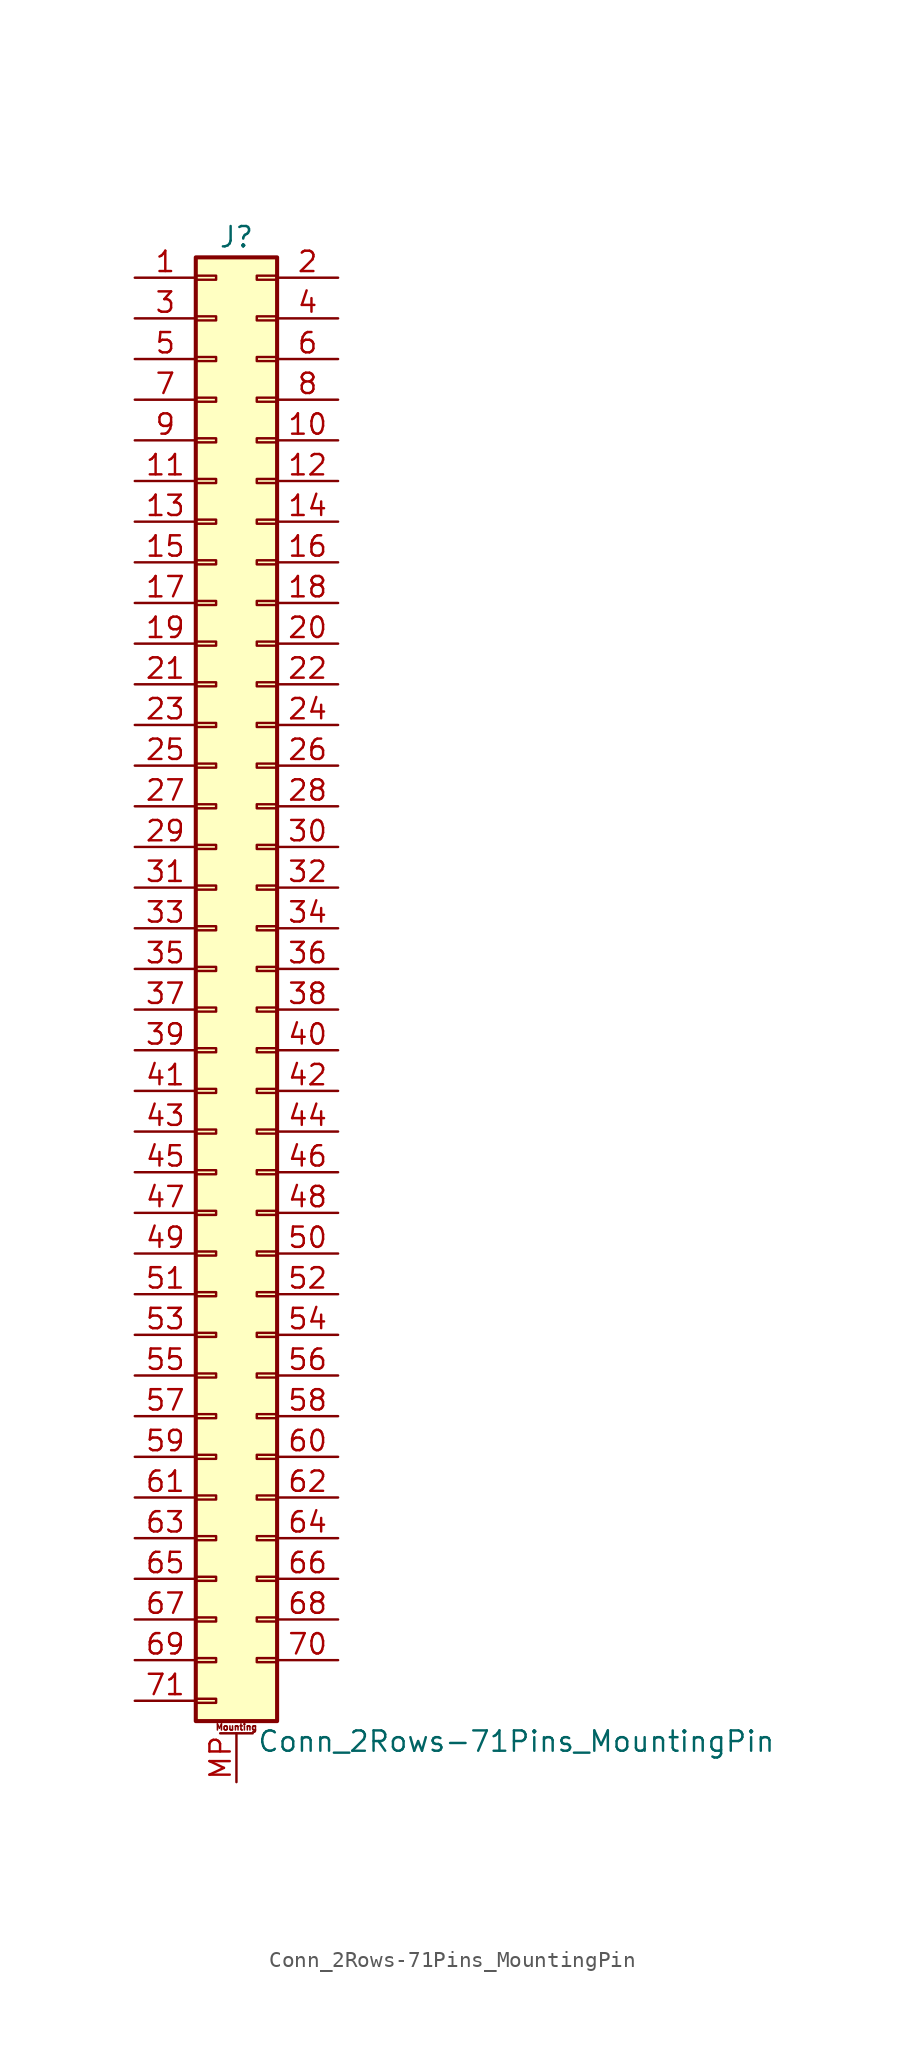
<source format=kicad_sym>
(kicad_symbol_lib
  (version 20201005)
  (generator kicad_symbol_editor)
  (symbol "Conn_2Rows-71Pins_MountingPin"
    (pin_names
      (offset 1.016) hide)
    (property "Reference" "J"
      (at 1.27 45.72 0)
      (effects (font (size 1.27 1.27))))
    (property "Value" "Conn_2Rows-71Pins_MountingPin"
      (at 2.54 -48.26 0)
      (effects (font (size 1.27 1.27)) (justify left)))
    (symbol "Conn_2Rows-71Pins_MountingPin_1_1"
      (text "Mounting" (at 1.27 -47.371 0) (effects (font (size 0.381 0.381))))
      (rectangle (start -1.27 -45.593) (end 0 -45.847) (stroke (width 0.152)) (fill (type none)))
      (rectangle (start -1.27 -43.053) (end 0 -43.307) (stroke (width 0.152)) (fill (type none)))
      (rectangle (start -1.27 -40.513) (end 0 -40.767) (stroke (width 0.152)) (fill (type none)))
      (rectangle (start -1.27 -37.973) (end 0 -38.227) (stroke (width 0.152)) (fill (type none)))
      (rectangle (start -1.27 -35.433) (end 0 -35.687) (stroke (width 0.152)) (fill (type none)))
      (rectangle (start -1.27 -32.893) (end 0 -33.147) (stroke (width 0.152)) (fill (type none)))
      (rectangle (start -1.27 -30.353) (end 0 -30.607) (stroke (width 0.152)) (fill (type none)))
      (rectangle (start -1.27 -27.813) (end 0 -28.067) (stroke (width 0.152)) (fill (type none)))
      (rectangle (start -1.27 -25.273) (end 0 -25.527) (stroke (width 0.152)) (fill (type none)))
      (rectangle (start -1.27 -22.733) (end 0 -22.987) (stroke (width 0.152)) (fill (type none)))
      (rectangle (start -1.27 -20.193) (end 0 -20.447) (stroke (width 0.152)) (fill (type none)))
      (rectangle (start -1.27 -17.653) (end 0 -17.907) (stroke (width 0.152)) (fill (type none)))
      (rectangle (start -1.27 -15.113) (end 0 -15.367) (stroke (width 0.152)) (fill (type none)))
      (rectangle (start -1.27 -12.573) (end 0 -12.827) (stroke (width 0.152)) (fill (type none)))
      (rectangle (start -1.27 -10.033) (end 0 -10.287) (stroke (width 0.152)) (fill (type none)))
      (rectangle (start -1.27 -7.493) (end 0 -7.747) (stroke (width 0.152)) (fill (type none)))
      (rectangle (start -1.27 -4.953) (end 0 -5.207) (stroke (width 0.152)) (fill (type none)))
      (rectangle (start -1.27 -2.413) (end 0 -2.667) (stroke (width 0.152)) (fill (type none)))
      (rectangle (start -1.27 0.127) (end 0 -0.127) (stroke (width 0.152)) (fill (type none)))
      (rectangle (start -1.27 2.667) (end 0 2.413) (stroke (width 0.152)) (fill (type none)))
      (rectangle (start -1.27 5.207) (end 0 4.953) (stroke (width 0.152)) (fill (type none)))
      (rectangle (start -1.27 7.747) (end 0 7.493) (stroke (width 0.152)) (fill (type none)))
      (rectangle (start -1.27 10.287) (end 0 10.033) (stroke (width 0.152)) (fill (type none)))
      (rectangle (start -1.27 12.827) (end 0 12.573) (stroke (width 0.152)) (fill (type none)))
      (rectangle (start -1.27 15.367) (end 0 15.113) (stroke (width 0.152)) (fill (type none)))
      (rectangle (start -1.27 17.907) (end 0 17.653) (stroke (width 0.152)) (fill (type none)))
      (rectangle (start -1.27 20.447) (end 0 20.193) (stroke (width 0.152)) (fill (type none)))
      (rectangle (start -1.27 22.987) (end 0 22.733) (stroke (width 0.152)) (fill (type none)))
      (rectangle (start -1.27 25.527) (end 0 25.273) (stroke (width 0.152)) (fill (type none)))
      (rectangle (start -1.27 28.067) (end 0 27.813) (stroke (width 0.152)) (fill (type none)))
      (rectangle (start -1.27 30.607) (end 0 30.353) (stroke (width 0.152)) (fill (type none)))
      (rectangle (start -1.27 33.147) (end 0 32.893) (stroke (width 0.152)) (fill (type none)))
      (rectangle (start -1.27 35.687) (end 0 35.433) (stroke (width 0.152)) (fill (type none)))
      (rectangle (start -1.27 38.227) (end 0 37.973) (stroke (width 0.152)) (fill (type none)))
      (rectangle (start -1.27 40.767) (end 0 40.513) (stroke (width 0.152)) (fill (type none)))
      (rectangle (start -1.27 43.307) (end 0 43.053) (stroke (width 0.152)) (fill (type none)))
      (rectangle (start 3.81 -43.053) (end 2.54 -43.307) (stroke (width 0.152)) (fill (type none)))
      (rectangle (start 3.81 -40.513) (end 2.54 -40.767) (stroke (width 0.152)) (fill (type none)))
      (rectangle (start 3.81 -37.973) (end 2.54 -38.227) (stroke (width 0.152)) (fill (type none)))
      (rectangle (start 3.81 -35.433) (end 2.54 -35.687) (stroke (width 0.152)) (fill (type none)))
      (rectangle (start 3.81 -32.893) (end 2.54 -33.147) (stroke (width 0.152)) (fill (type none)))
      (rectangle (start 3.81 -30.353) (end 2.54 -30.607) (stroke (width 0.152)) (fill (type none)))
      (rectangle (start 3.81 -27.813) (end 2.54 -28.067) (stroke (width 0.152)) (fill (type none)))
      (rectangle (start 3.81 -25.273) (end 2.54 -25.527) (stroke (width 0.152)) (fill (type none)))
      (rectangle (start 3.81 -22.733) (end 2.54 -22.987) (stroke (width 0.152)) (fill (type none)))
      (rectangle (start 3.81 -20.193) (end 2.54 -20.447) (stroke (width 0.152)) (fill (type none)))
      (rectangle (start 3.81 -17.653) (end 2.54 -17.907) (stroke (width 0.152)) (fill (type none)))
      (rectangle (start 3.81 -15.113) (end 2.54 -15.367) (stroke (width 0.152)) (fill (type none)))
      (rectangle (start 3.81 -12.573) (end 2.54 -12.827) (stroke (width 0.152)) (fill (type none)))
      (rectangle (start 3.81 -10.033) (end 2.54 -10.287) (stroke (width 0.152)) (fill (type none)))
      (rectangle (start 3.81 -7.493) (end 2.54 -7.747) (stroke (width 0.152)) (fill (type none)))
      (rectangle (start 3.81 -4.953) (end 2.54 -5.207) (stroke (width 0.152)) (fill (type none)))
      (rectangle (start 3.81 -2.413) (end 2.54 -2.667) (stroke (width 0.152)) (fill (type none)))
      (rectangle (start 3.81 0.127) (end 2.54 -0.127) (stroke (width 0.152)) (fill (type none)))
      (rectangle (start 3.81 2.667) (end 2.54 2.413) (stroke (width 0.152)) (fill (type none)))
      (rectangle (start 3.81 5.207) (end 2.54 4.953) (stroke (width 0.152)) (fill (type none)))
      (rectangle (start 3.81 7.747) (end 2.54 7.493) (stroke (width 0.152)) (fill (type none)))
      (rectangle (start 3.81 10.287) (end 2.54 10.033) (stroke (width 0.152)) (fill (type none)))
      (rectangle (start 3.81 12.827) (end 2.54 12.573) (stroke (width 0.152)) (fill (type none)))
      (rectangle (start 3.81 15.367) (end 2.54 15.113) (stroke (width 0.152)) (fill (type none)))
      (rectangle (start 3.81 17.907) (end 2.54 17.653) (stroke (width 0.152)) (fill (type none)))
      (rectangle (start 3.81 20.447) (end 2.54 20.193) (stroke (width 0.152)) (fill (type none)))
      (rectangle (start 3.81 22.987) (end 2.54 22.733) (stroke (width 0.152)) (fill (type none)))
      (rectangle (start 3.81 25.527) (end 2.54 25.273) (stroke (width 0.152)) (fill (type none)))
      (rectangle (start 3.81 28.067) (end 2.54 27.813) (stroke (width 0.152)) (fill (type none)))
      (rectangle (start 3.81 30.607) (end 2.54 30.353) (stroke (width 0.152)) (fill (type none)))
      (rectangle (start 3.81 33.147) (end 2.54 32.893) (stroke (width 0.152)) (fill (type none)))
      (rectangle (start 3.81 35.687) (end 2.54 35.433) (stroke (width 0.152)) (fill (type none)))
      (rectangle (start 3.81 38.227) (end 2.54 37.973) (stroke (width 0.152)) (fill (type none)))
      (rectangle (start 3.81 40.767) (end 2.54 40.513) (stroke (width 0.152)) (fill (type none)))
      (rectangle (start 3.81 43.307) (end 2.54 43.053) (stroke (width 0.152)) (fill (type none)))
      (rectangle (start -1.27 44.45) (end 3.81 -46.99) (stroke (width 0.254)) (fill (type background)))
      (polyline (pts (xy 0.254 -47.752) (xy 2.286 -47.752)) (stroke (width 0.152)) (fill (type none)))
      (pin passive line (at -5.08 43.18 0) (length 3.81) (name "Pin_1" (effects (font (size 1.27 1.27)))) (number "1" (effects (font (size 1.27 1.27)))))
      (pin passive line (at 7.62 33.02 180) (length 3.81) (name "Pin_10" (effects (font (size 1.27 1.27)))) (number "10" (effects (font (size 1.27 1.27)))))
      (pin passive line (at -5.08 30.48 0) (length 3.81) (name "Pin_11" (effects (font (size 1.27 1.27)))) (number "11" (effects (font (size 1.27 1.27)))))
      (pin passive line (at 7.62 30.48 180) (length 3.81) (name "Pin_12" (effects (font (size 1.27 1.27)))) (number "12" (effects (font (size 1.27 1.27)))))
      (pin passive line (at -5.08 27.94 0) (length 3.81) (name "Pin_13" (effects (font (size 1.27 1.27)))) (number "13" (effects (font (size 1.27 1.27)))))
      (pin passive line (at 7.62 27.94 180) (length 3.81) (name "Pin_14" (effects (font (size 1.27 1.27)))) (number "14" (effects (font (size 1.27 1.27)))))
      (pin passive line (at -5.08 25.4 0) (length 3.81) (name "Pin_15" (effects (font (size 1.27 1.27)))) (number "15" (effects (font (size 1.27 1.27)))))
      (pin passive line (at 7.62 25.4 180) (length 3.81) (name "Pin_16" (effects (font (size 1.27 1.27)))) (number "16" (effects (font (size 1.27 1.27)))))
      (pin passive line (at -5.08 22.86 0) (length 3.81) (name "Pin_17" (effects (font (size 1.27 1.27)))) (number "17" (effects (font (size 1.27 1.27)))))
      (pin passive line (at 7.62 22.86 180) (length 3.81) (name "Pin_18" (effects (font (size 1.27 1.27)))) (number "18" (effects (font (size 1.27 1.27)))))
      (pin passive line (at -5.08 20.32 0) (length 3.81) (name "Pin_19" (effects (font (size 1.27 1.27)))) (number "19" (effects (font (size 1.27 1.27)))))
      (pin passive line (at 7.62 43.18 180) (length 3.81) (name "Pin_2" (effects (font (size 1.27 1.27)))) (number "2" (effects (font (size 1.27 1.27)))))
      (pin passive line (at 7.62 20.32 180) (length 3.81) (name "Pin_20" (effects (font (size 1.27 1.27)))) (number "20" (effects (font (size 1.27 1.27)))))
      (pin passive line (at -5.08 17.78 0) (length 3.81) (name "Pin_21" (effects (font (size 1.27 1.27)))) (number "21" (effects (font (size 1.27 1.27)))))
      (pin passive line (at 7.62 17.78 180) (length 3.81) (name "Pin_22" (effects (font (size 1.27 1.27)))) (number "22" (effects (font (size 1.27 1.27)))))
      (pin passive line (at -5.08 15.24 0) (length 3.81) (name "Pin_23" (effects (font (size 1.27 1.27)))) (number "23" (effects (font (size 1.27 1.27)))))
      (pin passive line (at 7.62 15.24 180) (length 3.81) (name "Pin_24" (effects (font (size 1.27 1.27)))) (number "24" (effects (font (size 1.27 1.27)))))
      (pin passive line (at -5.08 12.7 0) (length 3.81) (name "Pin_25" (effects (font (size 1.27 1.27)))) (number "25" (effects (font (size 1.27 1.27)))))
      (pin passive line (at 7.62 12.7 180) (length 3.81) (name "Pin_26" (effects (font (size 1.27 1.27)))) (number "26" (effects (font (size 1.27 1.27)))))
      (pin passive line (at -5.08 10.16 0) (length 3.81) (name "Pin_27" (effects (font (size 1.27 1.27)))) (number "27" (effects (font (size 1.27 1.27)))))
      (pin passive line (at 7.62 10.16 180) (length 3.81) (name "Pin_28" (effects (font (size 1.27 1.27)))) (number "28" (effects (font (size 1.27 1.27)))))
      (pin passive line (at -5.08 7.62 0) (length 3.81) (name "Pin_29" (effects (font (size 1.27 1.27)))) (number "29" (effects (font (size 1.27 1.27)))))
      (pin passive line (at -5.08 40.64 0) (length 3.81) (name "Pin_3" (effects (font (size 1.27 1.27)))) (number "3" (effects (font (size 1.27 1.27)))))
      (pin passive line (at 7.62 7.62 180) (length 3.81) (name "Pin_30" (effects (font (size 1.27 1.27)))) (number "30" (effects (font (size 1.27 1.27)))))
      (pin passive line (at -5.08 5.08 0) (length 3.81) (name "Pin_31" (effects (font (size 1.27 1.27)))) (number "31" (effects (font (size 1.27 1.27)))))
      (pin passive line (at 7.62 5.08 180) (length 3.81) (name "Pin_32" (effects (font (size 1.27 1.27)))) (number "32" (effects (font (size 1.27 1.27)))))
      (pin passive line (at -5.08 2.54 0) (length 3.81) (name "Pin_33" (effects (font (size 1.27 1.27)))) (number "33" (effects (font (size 1.27 1.27)))))
      (pin passive line (at 7.62 2.54 180) (length 3.81) (name "Pin_34" (effects (font (size 1.27 1.27)))) (number "34" (effects (font (size 1.27 1.27)))))
      (pin passive line (at -5.08 0 0) (length 3.81) (name "Pin_35" (effects (font (size 1.27 1.27)))) (number "35" (effects (font (size 1.27 1.27)))))
      (pin passive line (at 7.62 0 180) (length 3.81) (name "Pin_36" (effects (font (size 1.27 1.27)))) (number "36" (effects (font (size 1.27 1.27)))))
      (pin passive line (at -5.08 -2.54 0) (length 3.81) (name "Pin_37" (effects (font (size 1.27 1.27)))) (number "37" (effects (font (size 1.27 1.27)))))
      (pin passive line (at 7.62 -2.54 180) (length 3.81) (name "Pin_38" (effects (font (size 1.27 1.27)))) (number "38" (effects (font (size 1.27 1.27)))))
      (pin passive line (at -5.08 -5.08 0) (length 3.81) (name "Pin_39" (effects (font (size 1.27 1.27)))) (number "39" (effects (font (size 1.27 1.27)))))
      (pin passive line (at 7.62 40.64 180) (length 3.81) (name "Pin_4" (effects (font (size 1.27 1.27)))) (number "4" (effects (font (size 1.27 1.27)))))
      (pin passive line (at 7.62 -5.08 180) (length 3.81) (name "Pin_40" (effects (font (size 1.27 1.27)))) (number "40" (effects (font (size 1.27 1.27)))))
      (pin passive line (at -5.08 -7.62 0) (length 3.81) (name "Pin_41" (effects (font (size 1.27 1.27)))) (number "41" (effects (font (size 1.27 1.27)))))
      (pin passive line (at 7.62 -7.62 180) (length 3.81) (name "Pin_42" (effects (font (size 1.27 1.27)))) (number "42" (effects (font (size 1.27 1.27)))))
      (pin passive line (at -5.08 -10.16 0) (length 3.81) (name "Pin_43" (effects (font (size 1.27 1.27)))) (number "43" (effects (font (size 1.27 1.27)))))
      (pin passive line (at 7.62 -10.16 180) (length 3.81) (name "Pin_44" (effects (font (size 1.27 1.27)))) (number "44" (effects (font (size 1.27 1.27)))))
      (pin passive line (at -5.08 -12.7 0) (length 3.81) (name "Pin_45" (effects (font (size 1.27 1.27)))) (number "45" (effects (font (size 1.27 1.27)))))
      (pin passive line (at 7.62 -12.7 180) (length 3.81) (name "Pin_46" (effects (font (size 1.27 1.27)))) (number "46" (effects (font (size 1.27 1.27)))))
      (pin passive line (at -5.08 -15.24 0) (length 3.81) (name "Pin_47" (effects (font (size 1.27 1.27)))) (number "47" (effects (font (size 1.27 1.27)))))
      (pin passive line (at 7.62 -15.24 180) (length 3.81) (name "Pin_48" (effects (font (size 1.27 1.27)))) (number "48" (effects (font (size 1.27 1.27)))))
      (pin passive line (at -5.08 -17.78 0) (length 3.81) (name "Pin_49" (effects (font (size 1.27 1.27)))) (number "49" (effects (font (size 1.27 1.27)))))
      (pin passive line (at -5.08 38.1 0) (length 3.81) (name "Pin_5" (effects (font (size 1.27 1.27)))) (number "5" (effects (font (size 1.27 1.27)))))
      (pin passive line (at 7.62 -17.78 180) (length 3.81) (name "Pin_50" (effects (font (size 1.27 1.27)))) (number "50" (effects (font (size 1.27 1.27)))))
      (pin passive line (at -5.08 -20.32 0) (length 3.81) (name "Pin_51" (effects (font (size 1.27 1.27)))) (number "51" (effects (font (size 1.27 1.27)))))
      (pin passive line (at 7.62 -20.32 180) (length 3.81) (name "Pin_52" (effects (font (size 1.27 1.27)))) (number "52" (effects (font (size 1.27 1.27)))))
      (pin passive line (at -5.08 -22.86 0) (length 3.81) (name "Pin_53" (effects (font (size 1.27 1.27)))) (number "53" (effects (font (size 1.27 1.27)))))
      (pin passive line (at 7.62 -22.86 180) (length 3.81) (name "Pin_54" (effects (font (size 1.27 1.27)))) (number "54" (effects (font (size 1.27 1.27)))))
      (pin passive line (at -5.08 -25.4 0) (length 3.81) (name "Pin_55" (effects (font (size 1.27 1.27)))) (number "55" (effects (font (size 1.27 1.27)))))
      (pin passive line (at 7.62 -25.4 180) (length 3.81) (name "Pin_56" (effects (font (size 1.27 1.27)))) (number "56" (effects (font (size 1.27 1.27)))))
      (pin passive line (at -5.08 -27.94 0) (length 3.81) (name "Pin_57" (effects (font (size 1.27 1.27)))) (number "57" (effects (font (size 1.27 1.27)))))
      (pin passive line (at 7.62 -27.94 180) (length 3.81) (name "Pin_58" (effects (font (size 1.27 1.27)))) (number "58" (effects (font (size 1.27 1.27)))))
      (pin passive line (at -5.08 -30.48 0) (length 3.81) (name "Pin_59" (effects (font (size 1.27 1.27)))) (number "59" (effects (font (size 1.27 1.27)))))
      (pin passive line (at 7.62 38.1 180) (length 3.81) (name "Pin_6" (effects (font (size 1.27 1.27)))) (number "6" (effects (font (size 1.27 1.27)))))
      (pin passive line (at 7.62 -30.48 180) (length 3.81) (name "Pin_60" (effects (font (size 1.27 1.27)))) (number "60" (effects (font (size 1.27 1.27)))))
      (pin passive line (at -5.08 -33.02 0) (length 3.81) (name "Pin_61" (effects (font (size 1.27 1.27)))) (number "61" (effects (font (size 1.27 1.27)))))
      (pin passive line (at 7.62 -33.02 180) (length 3.81) (name "Pin_62" (effects (font (size 1.27 1.27)))) (number "62" (effects (font (size 1.27 1.27)))))
      (pin passive line (at -5.08 -35.56 0) (length 3.81) (name "Pin_63" (effects (font (size 1.27 1.27)))) (number "63" (effects (font (size 1.27 1.27)))))
      (pin passive line (at 7.62 -35.56 180) (length 3.81) (name "Pin_64" (effects (font (size 1.27 1.27)))) (number "64" (effects (font (size 1.27 1.27)))))
      (pin passive line (at -5.08 -38.1 0) (length 3.81) (name "Pin_65" (effects (font (size 1.27 1.27)))) (number "65" (effects (font (size 1.27 1.27)))))
      (pin passive line (at 7.62 -38.1 180) (length 3.81) (name "Pin_66" (effects (font (size 1.27 1.27)))) (number "66" (effects (font (size 1.27 1.27)))))
      (pin passive line (at -5.08 -40.64 0) (length 3.81) (name "Pin_67" (effects (font (size 1.27 1.27)))) (number "67" (effects (font (size 1.27 1.27)))))
      (pin passive line (at 7.62 -40.64 180) (length 3.81) (name "Pin_68" (effects (font (size 1.27 1.27)))) (number "68" (effects (font (size 1.27 1.27)))))
      (pin passive line (at -5.08 -43.18 0) (length 3.81) (name "Pin_69" (effects (font (size 1.27 1.27)))) (number "69" (effects (font (size 1.27 1.27)))))
      (pin passive line (at -5.08 35.56 0) (length 3.81) (name "Pin_7" (effects (font (size 1.27 1.27)))) (number "7" (effects (font (size 1.27 1.27)))))
      (pin passive line (at 7.62 -43.18 180) (length 3.81) (name "Pin_70" (effects (font (size 1.27 1.27)))) (number "70" (effects (font (size 1.27 1.27)))))
      (pin passive line (at -5.08 -45.72 0) (length 3.81) (name "Pin_71" (effects (font (size 1.27 1.27)))) (number "71" (effects (font (size 1.27 1.27)))))
      (pin passive line (at 7.62 35.56 180) (length 3.81) (name "Pin_8" (effects (font (size 1.27 1.27)))) (number "8" (effects (font (size 1.27 1.27)))))
      (pin passive line (at -5.08 33.02 0) (length 3.81) (name "Pin_9" (effects (font (size 1.27 1.27)))) (number "9" (effects (font (size 1.27 1.27)))))
      (pin passive line (at 1.27 -50.8 90) (length 3.048) (name "MountPin" (effects (font (size 1.27 1.27)))) (number "MP" (effects (font (size 1.27 1.27))))))))
</source>
